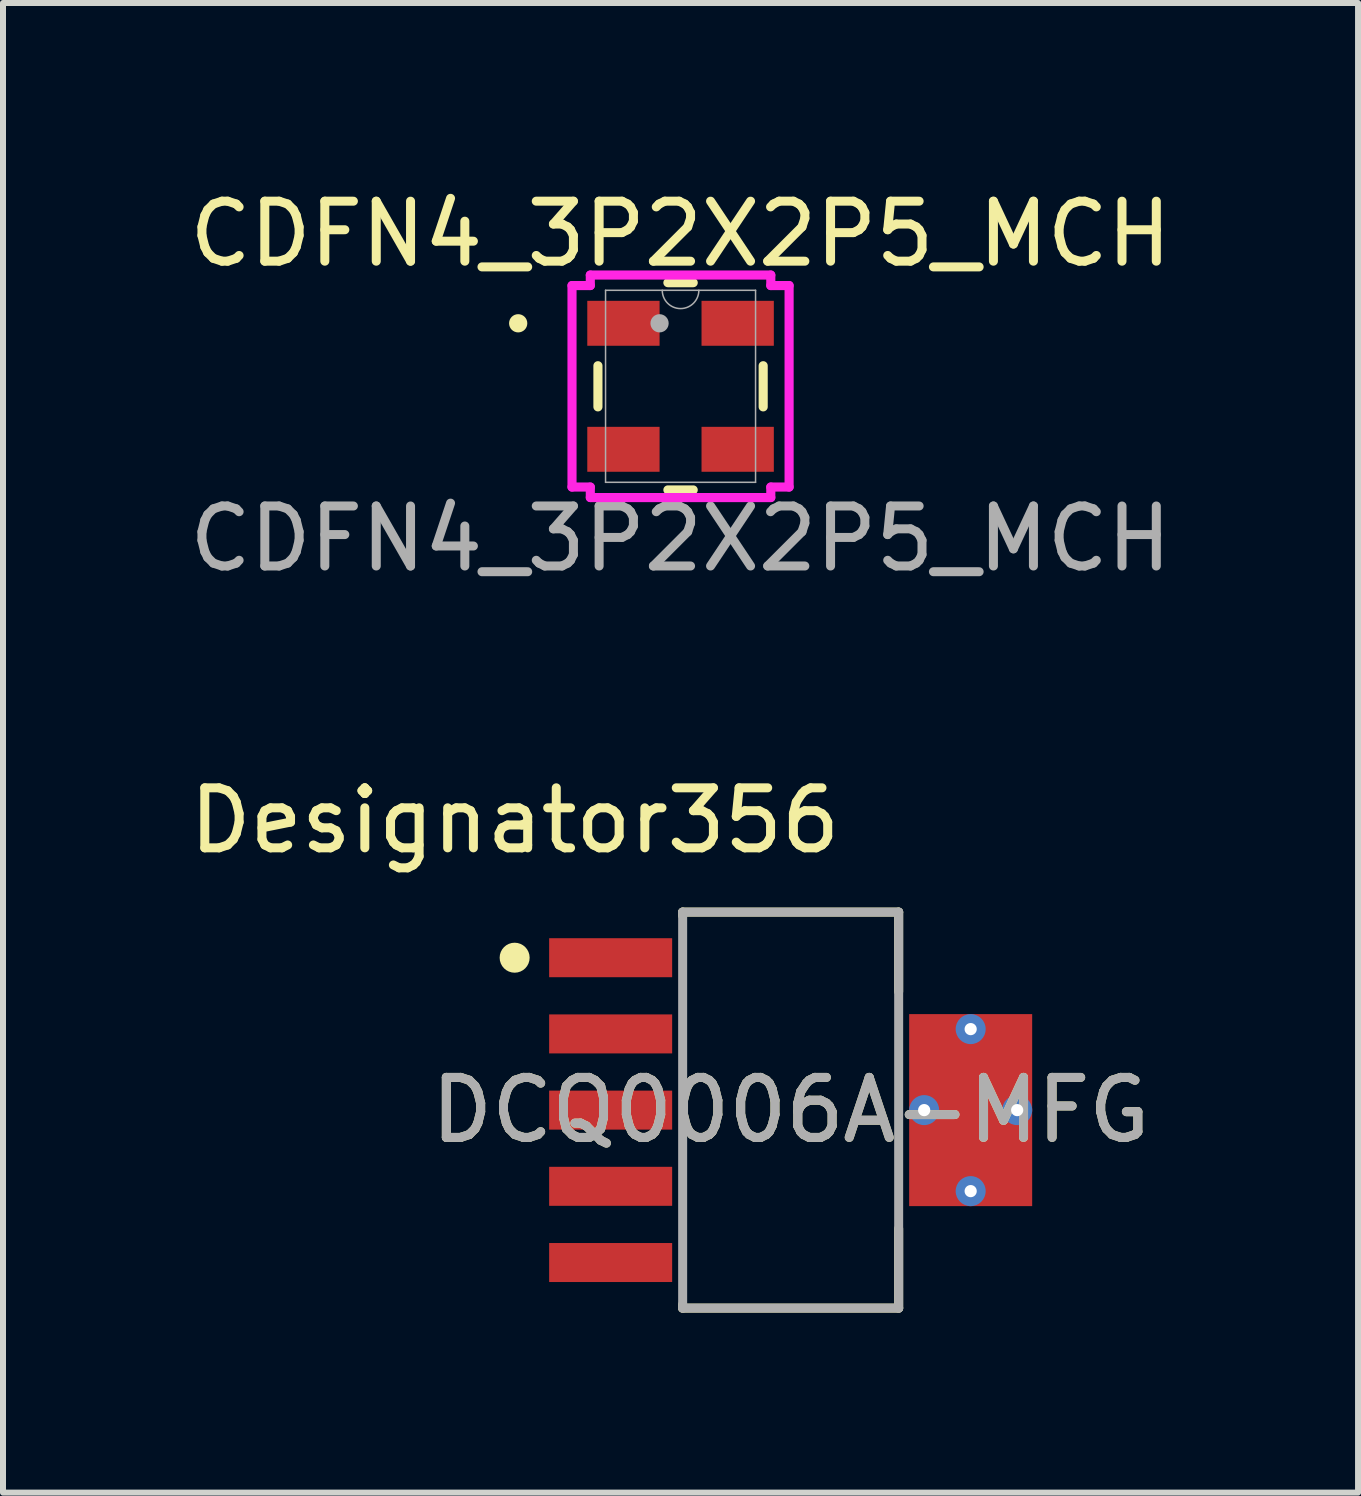
<source format=kicad_pcb>
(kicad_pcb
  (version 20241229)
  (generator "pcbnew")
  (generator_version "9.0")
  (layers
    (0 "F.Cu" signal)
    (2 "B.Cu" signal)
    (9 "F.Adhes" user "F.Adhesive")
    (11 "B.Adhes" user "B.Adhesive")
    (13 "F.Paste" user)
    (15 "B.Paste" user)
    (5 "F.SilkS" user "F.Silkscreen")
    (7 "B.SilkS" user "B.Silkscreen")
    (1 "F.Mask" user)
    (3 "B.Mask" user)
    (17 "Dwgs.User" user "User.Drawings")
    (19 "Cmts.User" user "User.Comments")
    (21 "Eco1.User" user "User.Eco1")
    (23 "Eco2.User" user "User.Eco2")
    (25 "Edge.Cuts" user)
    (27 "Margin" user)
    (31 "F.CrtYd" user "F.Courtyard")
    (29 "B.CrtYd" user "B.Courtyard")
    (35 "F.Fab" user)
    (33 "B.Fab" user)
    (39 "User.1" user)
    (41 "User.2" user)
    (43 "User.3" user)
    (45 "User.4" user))
  (footprint "CDFN4_3P2X2P5_MCH"
    (layer "F.Cu")
    (at 8.292 3.388)
    (property "Reference" "CDFN4_3P2X2P5_MCH" (at 0 -2.54 0) (unlocked yes) (layer "F.SilkS") (effects (font (size 1 1) (thickness 0.15))))
    (attr smd)
    (fp_line (start -1.377 -0.343) (end -1.377 0.343) (stroke (width 0.152) (type solid)) (layer "F.SilkS"))
    (fp_line (start -0.211 1.727) (end 0.211 1.727) (stroke (width 0.152) (type solid)) (layer "F.SilkS"))
    (fp_line (start 0.211 -1.727) (end -0.211 -1.727) (stroke (width 0.152) (type solid)) (layer "F.SilkS"))
    (fp_line (start 1.377 0.343) (end 1.377 -0.343) (stroke (width 0.152) (type solid)) (layer "F.SilkS"))
    (fp_circle (center -2.706 -1.05) (end -2.63 -1.05) (stroke (width 0.152) (type solid)) (fill no) (layer "F.SilkS"))
    (fp_line (start -1.809 -1.679) (end -1.504 -1.679) (stroke (width 0.152) (type solid)) (layer "F.CrtYd"))
    (fp_line (start -1.809 1.679) (end -1.809 -1.679) (stroke (width 0.152) (type solid)) (layer "F.CrtYd"))
    (fp_line (start -1.809 1.679) (end -1.504 1.679) (stroke (width 0.152) (type solid)) (layer "F.CrtYd"))
    (fp_line (start -1.504 -1.854) (end 1.504 -1.854) (stroke (width 0.152) (type solid)) (layer "F.CrtYd"))
    (fp_line (start -1.504 -1.679) (end -1.504 -1.854) (stroke (width 0.152) (type solid)) (layer "F.CrtYd"))
    (fp_line (start -1.504 1.854) (end -1.504 1.679) (stroke (width 0.152) (type solid)) (layer "F.CrtYd"))
    (fp_line (start 1.504 -1.854) (end 1.504 -1.679) (stroke (width 0.152) (type solid)) (layer "F.CrtYd"))
    (fp_line (start 1.504 1.679) (end 1.504 1.854) (stroke (width 0.152) (type solid)) (layer "F.CrtYd"))
    (fp_line (start 1.504 1.854) (end -1.504 1.854) (stroke (width 0.152) (type solid)) (layer "F.CrtYd"))
    (fp_line (start 1.809 -1.679) (end 1.504 -1.679) (stroke (width 0.152) (type solid)) (layer "F.CrtYd"))
    (fp_line (start 1.809 -1.679) (end 1.809 1.679) (stroke (width 0.152) (type solid)) (layer "F.CrtYd"))
    (fp_line (start 1.809 1.679) (end 1.504 1.679) (stroke (width 0.152) (type solid)) (layer "F.CrtYd"))
    (fp_line (start -1.25 -1.6) (end -1.25 1.6) (stroke (width 0.025) (type solid)) (layer "F.Fab"))
    (fp_line (start -1.25 1.6) (end 1.25 1.6) (stroke (width 0.025) (type solid)) (layer "F.Fab"))
    (fp_line (start 1.25 -1.6) (end -1.25 -1.6) (stroke (width 0.025) (type solid)) (layer "F.Fab"))
    (fp_line (start 1.25 1.6) (end 1.25 -1.6) (stroke (width 0.025) (type solid)) (layer "F.Fab"))
    (fp_arc (start 0.3048 -1.600001) (mid 0 -1.295201) (end -0.3048 -1.600001) (stroke (width 0.0254) (type solid)) (layer "F.Fab"))
    (fp_circle (center -0.35 -1.05) (end -0.35 -1.05) (stroke (width 0.152) (type solid)) (fill no) (layer "F.Fab"))
    (fp_text user "${REFERENCE}" (at 0 2.54 0) (unlocked yes) (layer "F.Fab") (effects (font (size 1 1) (thickness 0.15))))
    (pad "1" smd rect (at -0.952 -1.05) (size 1.205 0.749) (layers "F.Cu" "F.Mask" "F.Paste"))
    (pad "2" smd rect (at -0.952 1.05) (size 1.205 0.749) (layers "F.Cu" "F.Mask" "F.Paste"))
    (pad "3" smd rect (at 0.952 1.05) (size 1.205 0.749) (layers "F.Cu" "F.Mask" "F.Paste"))
    (pad "4" smd rect (at 0.952 -1.05) (size 1.205 0.749) (layers "F.Cu" "F.Mask" "F.Paste")))
  (footprint "DCQ0006A-MFG"
    (layer "F.Cu")
    (at 10.127 15.451)
    (property "Reference" "DCQ0006A-MFG" (at 0 0 0) (unlocked yes) (layer "F.SilkS") (effects (font (size 1 1) (thickness 0.15))))
    (attr smd)
    (fp_line (start -1.8 -3.3) (end 1.8 -3.3) (stroke (width 0.15) (type solid)) (layer "F.SilkS"))
    (fp_line (start -1.8 -3.24) (end -1.8 -3.3) (stroke (width 0.15) (type solid)) (layer "F.SilkS"))
    (fp_line (start -1.8 3.3) (end -1.8 3.24) (stroke (width 0.15) (type solid)) (layer "F.SilkS"))
    (fp_line (start -1.8 3.3) (end 1.8 3.3) (stroke (width 0.15) (type solid)) (layer "F.SilkS"))
    (fp_line (start 1.8 -1.975) (end 1.8 -3.3) (stroke (width 0.15) (type solid)) (layer "F.SilkS"))
    (fp_line (start 1.8 3.3) (end 1.8 1.975) (stroke (width 0.15) (type solid)) (layer "F.SilkS"))
    (fp_circle (center -4.6 -2.54) (end -4.475 -2.54) (stroke (width 0.25) (type solid)) (fill no) (layer "F.SilkS"))
    (fp_poly (pts (xy 2.85 -1.41) (xy 2.9 -1.36) (xy 2.9 -0.15) (xy 2.85 -0.1) (xy 2.03 -0.1) (xy 1.98 -0.15) (xy 1.98 -1.36) (xy 2.03 -1.41)) (stroke (width 0) (type solid)) (fill yes) (layer "F.Paste"))
    (fp_poly (pts (xy 2.9 1.36) (xy 2.85 1.41) (xy 2.03 1.41) (xy 1.98 1.36) (xy 1.98 0.15) (xy 2.03 0.1) (xy 2.85 0.1) (xy 2.9 0.15)) (stroke (width 0) (type solid)) (fill yes) (layer "F.Paste"))
    (fp_poly (pts (xy 3.1 -0.15) (xy 3.1 -1.36) (xy 3.15 -1.41) (xy 3.97 -1.41) (xy 4.02 -1.36) (xy 4.02 -0.15) (xy 3.97 -0.1) (xy 3.15 -0.1)) (stroke (width 0) (type solid)) (fill yes) (layer "F.Paste"))
    (fp_poly (pts (xy 3.1 0.15) (xy 3.15 0.1) (xy 3.97 0.1) (xy 4.02 0.15) (xy 4.02 1.36) (xy 3.97 1.41) (xy 3.15 1.41) (xy 3.1 1.36)) (stroke (width 0) (type solid)) (fill yes) (layer "F.Paste"))
    (fp_line (start -1.8 -3.3) (end 1.8 -3.3) (stroke (width 0.15) (type solid)) (layer "F.Fab"))
    (fp_line (start -1.8 3.3) (end -1.8 -3.3) (stroke (width 0.15) (type solid)) (layer "F.Fab"))
    (fp_line (start -1.8 3.3) (end 1.8 3.3) (stroke (width 0.15) (type solid)) (layer "F.Fab"))
    (fp_line (start 1.8 3.3) (end 1.8 -3.3) (stroke (width 0.15) (type solid)) (layer "F.Fab"))
    (fp_text user "Designator356" (at -4.597 -4.826 0) (unlocked yes) (layer "F.SilkS") (effects (font (size 1 1) (thickness 0.15))))
    (fp_text user "${REFERENCE}" (at 0 0 0) (unlocked yes) (layer "F.Fab") (effects (font (size 1 1) (thickness 0.15))))
    (pad "1" smd rect (at -3 -2.54) (size 2.05 0.65) (layers "F.Cu" "F.Mask" "F.Paste"))
    (pad "2" smd rect (at -3 -1.27) (size 2.05 0.65) (layers "F.Cu" "F.Mask" "F.Paste"))
    (pad "3" smd rect (at -3 0) (size 2.05 0.65) (layers "F.Cu" "F.Mask" "F.Paste"))
    (pad "4" smd rect (at -3 1.27) (size 2.05 0.65) (layers "F.Cu" "F.Mask" "F.Paste"))
    (pad "5" smd rect (at -3 2.54) (size 2.05 0.65) (layers "F.Cu" "F.Mask" "F.Paste"))
    (pad "6" smd rect (at 3 0) (size 2.05 3.2) (layers "F.Cu" "F.Mask"))
    (pad "7" thru_hole circle (at 3 -1.35) (size 0.5 0.5) (drill 0.203) (layers "*.Cu" "*.Mask"))
    (pad "8" thru_hole circle (at 3 1.35) (size 0.5 0.5) (drill 0.203) (layers "*.Cu" "*.Mask"))
    (pad "9" thru_hole circle (at 3.775 0) (size 0.5 0.5) (drill 0.203) (layers "*.Cu" "*.Mask"))
    (pad "10" thru_hole circle (at 2.225 0) (size 0.5 0.5) (drill 0.203) (layers "*.Cu" "*.Mask")))
  (gr_rect
    (start -3 -3)
    (end 19.583 21.826)
    (stroke (width 0.1) (type default))
    (fill no)
    (layer "Edge.Cuts")))
</source>
